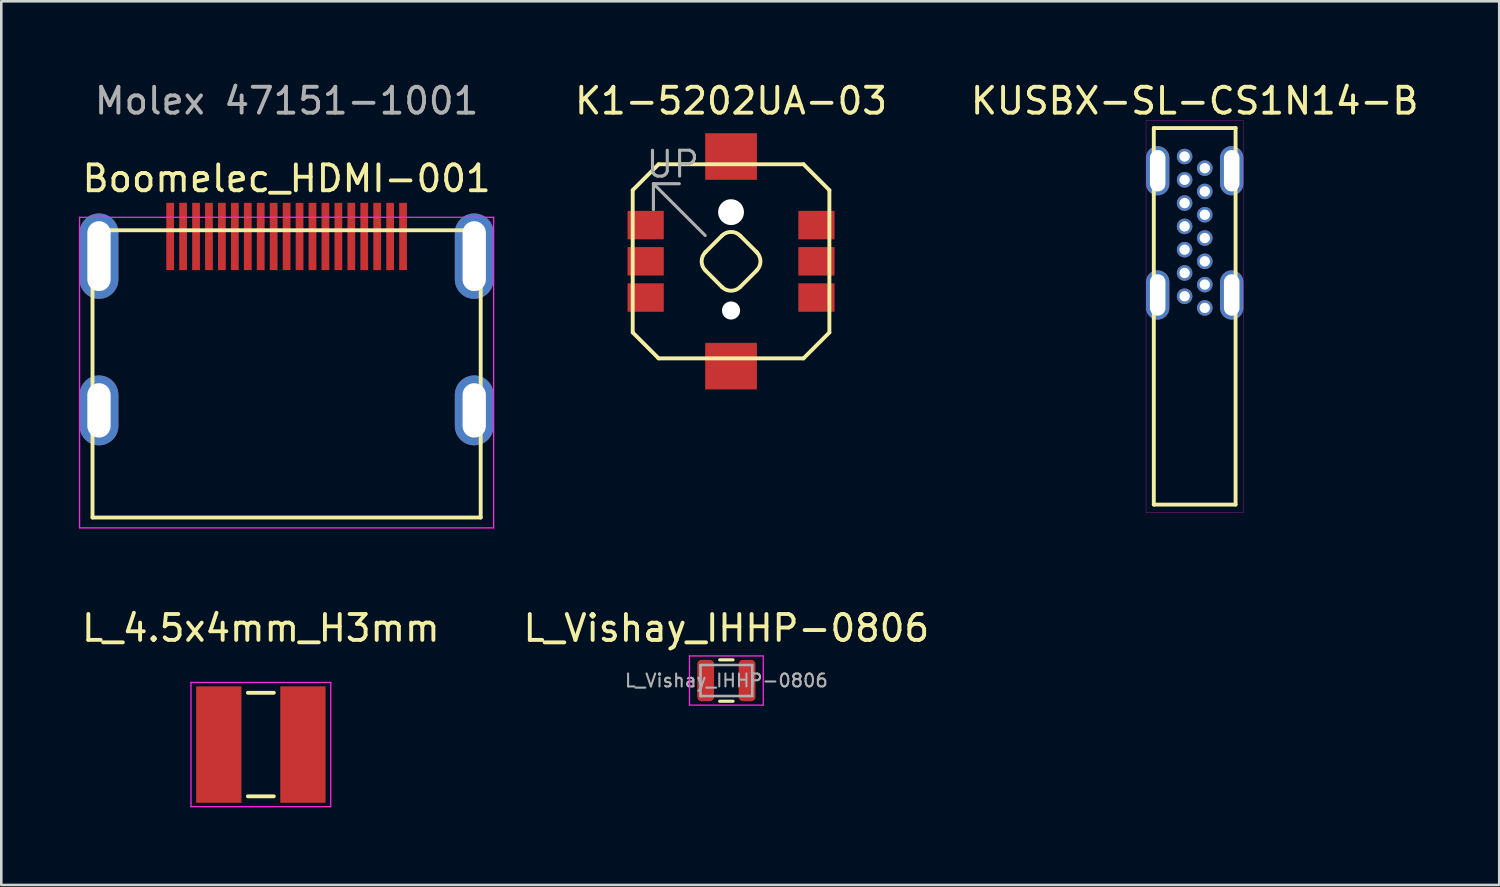
<source format=kicad_pcb>
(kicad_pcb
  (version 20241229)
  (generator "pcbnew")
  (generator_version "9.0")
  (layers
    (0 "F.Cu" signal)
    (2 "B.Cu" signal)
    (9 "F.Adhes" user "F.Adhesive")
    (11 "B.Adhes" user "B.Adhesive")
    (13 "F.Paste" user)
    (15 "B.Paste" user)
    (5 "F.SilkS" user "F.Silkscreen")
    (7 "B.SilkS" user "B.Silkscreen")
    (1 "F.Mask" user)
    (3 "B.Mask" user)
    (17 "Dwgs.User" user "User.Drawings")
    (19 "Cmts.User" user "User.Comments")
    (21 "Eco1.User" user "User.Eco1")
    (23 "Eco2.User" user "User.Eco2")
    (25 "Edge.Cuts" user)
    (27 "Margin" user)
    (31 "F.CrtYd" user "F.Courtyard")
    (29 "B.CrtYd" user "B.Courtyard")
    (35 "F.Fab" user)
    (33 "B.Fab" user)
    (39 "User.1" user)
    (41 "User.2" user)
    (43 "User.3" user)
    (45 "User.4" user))
  (footprint "L_Vishay_IHHP-0806"
    (layer "F.Cu")
    (at 25.018 23.247)
    (property "Reference" "L_Vishay_IHHP-0806" (at 0 -2.025 0) (layer "F.SilkS") (effects (font (size 1 1) (thickness 0.15))))
    (attr smd)
    (fp_line (start -0.259 -0.8) (end 0.259 -0.8) (stroke (width 0.12) (type solid)) (layer "F.SilkS"))
    (fp_line (start -0.259 0.8) (end 0.259 0.8) (stroke (width 0.12) (type solid)) (layer "F.SilkS"))
    (fp_line (start -1.425 -0.95) (end 1.425 -0.95) (stroke (width 0.05) (type solid)) (layer "F.CrtYd"))
    (fp_line (start -1.425 0.95) (end -1.425 -0.95) (stroke (width 0.05) (type solid)) (layer "F.CrtYd"))
    (fp_line (start 1.425 -0.95) (end 1.425 0.95) (stroke (width 0.05) (type solid)) (layer "F.CrtYd"))
    (fp_line (start 1.425 0.95) (end -1.425 0.95) (stroke (width 0.05) (type solid)) (layer "F.CrtYd"))
    (fp_line (start -1 -0.6) (end 1 -0.6) (stroke (width 0.1) (type solid)) (layer "F.Fab"))
    (fp_line (start -1 0.6) (end -1 -0.6) (stroke (width 0.1) (type solid)) (layer "F.Fab"))
    (fp_line (start 1 -0.6) (end 1 0.6) (stroke (width 0.1) (type solid)) (layer "F.Fab"))
    (fp_line (start 1 0.6) (end -1 0.6) (stroke (width 0.1) (type solid)) (layer "F.Fab"))
    (fp_text user "${REFERENCE}" (at 0 0 0) (layer "F.Fab") (effects (font (size 0.5 0.5) (thickness 0.08))))
    (pad "1" smd roundrect (at -0.8 0) (size 0.65 1.6) (layers "F.Cu" "F.Mask" "F.Paste") (roundrect_rratio 0.25))
    (pad "2" smd roundrect (at 0.8 0) (size 0.65 1.6) (layers "F.Cu" "F.Mask" "F.Paste") (roundrect_rratio 0.25)))
  (footprint "Boomelec_HDMI-001"
    (layer "F.Cu")
    (at 8.025 11.398)
    (property "Reference" "Boomelec_HDMI-001" (at 0 -7.55 0) (layer "F.SilkS") (effects (font (size 1 1) (thickness 0.15))))
    (attr through_hole)
    (fp_line (start -7.5 -5.55) (end -7.5 5.55) (stroke (width 0.15) (type solid)) (layer "F.SilkS"))
    (fp_line (start -7.5 -5.55) (end 7.5 -5.55) (stroke (width 0.15) (type solid)) (layer "F.SilkS"))
    (fp_line (start 7.5 -5.55) (end 7.5 5.55) (stroke (width 0.15) (type solid)) (layer "F.SilkS"))
    (fp_line (start 7.5 5.55) (end -7.5 5.55) (stroke (width 0.15) (type solid)) (layer "F.SilkS"))
    (fp_line (start -8 -6.05) (end 8 -6.05) (stroke (width 0.05) (type solid)) (layer "F.CrtYd"))
    (fp_line (start -8 5.95) (end -8 -6.05) (stroke (width 0.05) (type solid)) (layer "F.CrtYd"))
    (fp_line (start 8 -6.05) (end 8 5.95) (stroke (width 0.05) (type solid)) (layer "F.CrtYd"))
    (fp_line (start 8 5.95) (end -8 5.95) (stroke (width 0.05) (type solid)) (layer "F.CrtYd"))
    (fp_text user "Molex 47151-1001" (at 0 -10.55 0) (layer "F.Fab") (effects (font (size 1 1) (thickness 0.15))))
    (pad "1" smd rect (at 4.5 -5.31 180) (size 0.3 2.6) (layers "F.Cu" "F.Mask" "F.Paste"))
    (pad "2" smd rect (at 4 -5.31 180) (size 0.3 2.6) (layers "F.Cu" "F.Mask" "F.Paste"))
    (pad "3" smd rect (at 3.5 -5.31 180) (size 0.3 2.6) (layers "F.Cu" "F.Mask" "F.Paste"))
    (pad "4" smd rect (at 3 -5.31 180) (size 0.3 2.6) (layers "F.Cu" "F.Mask" "F.Paste"))
    (pad "5" smd rect (at 2.5 -5.31 180) (size 0.3 2.6) (layers "F.Cu" "F.Mask" "F.Paste"))
    (pad "6" smd rect (at 2 -5.31 180) (size 0.3 2.6) (layers "F.Cu" "F.Mask" "F.Paste"))
    (pad "7" smd rect (at 1.5 -5.31 180) (size 0.3 2.6) (layers "F.Cu" "F.Mask" "F.Paste"))
    (pad "8" smd rect (at 1 -5.31 180) (size 0.3 2.6) (layers "F.Cu" "F.Mask" "F.Paste"))
    (pad "9" smd rect (at 0.5 -5.31 180) (size 0.3 2.6) (layers "F.Cu" "F.Mask" "F.Paste"))
    (pad "10" smd rect (at 0 -5.31 180) (size 0.3 2.6) (layers "F.Cu" "F.Mask" "F.Paste"))
    (pad "11" smd rect (at -0.5 -5.31 180) (size 0.3 2.6) (layers "F.Cu" "F.Mask" "F.Paste"))
    (pad "12" smd rect (at -1 -5.31 180) (size 0.3 2.6) (layers "F.Cu" "F.Mask" "F.Paste"))
    (pad "13" smd rect (at -1.5 -5.31 180) (size 0.3 2.6) (layers "F.Cu" "F.Mask" "F.Paste"))
    (pad "14" smd rect (at -2 -5.31 180) (size 0.3 2.6) (layers "F.Cu" "F.Mask" "F.Paste"))
    (pad "15" smd rect (at -2.5 -5.31 180) (size 0.3 2.6) (layers "F.Cu" "F.Mask" "F.Paste"))
    (pad "16" smd rect (at -3 -5.31 180) (size 0.3 2.6) (layers "F.Cu" "F.Mask" "F.Paste"))
    (pad "17" smd rect (at -3.5 -5.31 180) (size 0.3 2.6) (layers "F.Cu" "F.Mask" "F.Paste"))
    (pad "18" smd rect (at -4 -5.31 180) (size 0.3 2.6) (layers "F.Cu" "F.Mask" "F.Paste"))
    (pad "19" smd rect (at -4.5 -5.31 180) (size 0.3 2.6) (layers "F.Cu" "F.Mask" "F.Paste"))
    (pad "SH" thru_hole oval (at -7.25 -4.55) (size 1.5 3.3) (drill oval 0.9 2.7) (layers "*.Cu" "*.Mask"))
    (pad "SH" thru_hole oval (at -7.25 1.41) (size 1.5 2.7) (drill oval 0.9 2.1) (layers "*.Cu" "*.Mask"))
    (pad "SH" thru_hole oval (at 7.25 -4.55) (size 1.5 3.3) (drill oval 0.9 2.7) (layers "*.Cu" "*.Mask"))
    (pad "SH" thru_hole oval (at 7.25 1.41) (size 1.5 2.7) (drill oval 0.9 2.1) (layers "*.Cu" "*.Mask")))
  (footprint "L_4.5x4mm_H3mm"
    (layer "F.Cu")
    (at 7.03 25.721)
    (property "Reference" "L_4.5x4mm_H3mm" (at 0 -4.5 0) (layer "F.SilkS") (effects (font (size 1 1) (thickness 0.15))))
    (attr through_hole)
    (fp_line (start -0.5 -2) (end 0.5 -2) (stroke (width 0.15) (type solid)) (layer "F.SilkS"))
    (fp_line (start 0.5 2) (end -0.5 2) (stroke (width 0.15) (type solid)) (layer "F.SilkS"))
    (fp_line (start -2.7 -2.4) (end 2.7 -2.4) (stroke (width 0.05) (type solid)) (layer "F.CrtYd"))
    (fp_line (start -2.7 2.4) (end -2.7 -2.4) (stroke (width 0.05) (type solid)) (layer "F.CrtYd"))
    (fp_line (start 2.7 -2.4) (end 2.7 2.4) (stroke (width 0.05) (type solid)) (layer "F.CrtYd"))
    (fp_line (start 2.7 2.4) (end -2.7 2.4) (stroke (width 0.05) (type solid)) (layer "F.CrtYd"))
    (pad "1" smd rect (at -1.625 0 90) (size 4.5 1.75) (layers "F.Cu" "F.Mask" "F.Paste"))
    (pad "2" smd rect (at 1.625 0 90) (size 4.5 1.75) (layers "F.Cu" "F.Mask" "F.Paste")))
  (footprint "KUSBX-SL-CS1N14-B"
    (layer "F.Cu")
    (at 43.115 8.848)
    (property "Reference" "KUSBX-SL-CS1N14-B" (at 0 -8 0) (layer "F.SilkS") (effects (font (size 1 1) (thickness 0.15))))
    (attr through_hole)
    (fp_line (start -1.58 -6.95) (end -1.58 7.6) (stroke (width 0.15) (type solid)) (layer "F.SilkS"))
    (fp_line (start -1.58 -6.95) (end 1.58 -6.95) (stroke (width 0.15) (type solid)) (layer "F.SilkS"))
    (fp_line (start -1.58 7.6) (end 1.58 7.6) (stroke (width 0.15) (type solid)) (layer "F.SilkS"))
    (fp_line (start 1.58 7.6) (end 1.58 -6.95) (stroke (width 0.15) (type solid)) (layer "F.SilkS"))
    (fp_line (start -1.88 -7.25) (end -1.88 7.9) (stroke (width 0.01) (type solid)) (layer "F.CrtYd"))
    (fp_line (start -1.88 -7.25) (end 1.88 -7.25) (stroke (width 0.01) (type solid)) (layer "F.CrtYd"))
    (fp_line (start -1.88 7.9) (end 1.88 7.9) (stroke (width 0.01) (type solid)) (layer "F.CrtYd"))
    (fp_line (start 1.88 7.9) (end 1.88 -7.25) (stroke (width 0.01) (type solid)) (layer "F.CrtYd"))
    (pad "A1" thru_hole circle (at -0.39 -0.45) (size 0.6 0.6) (drill 0.4) (layers "*.Cu" "*.Mask"))
    (pad "A4" thru_hole circle (at -0.39 -1.35) (size 0.6 0.6) (drill 0.4) (layers "*.Cu" "*.Mask"))
    (pad "A5" thru_hole circle (at -0.39 -2.25) (size 0.6 0.6) (drill 0.4) (layers "*.Cu" "*.Mask"))
    (pad "A6" thru_hole circle (at -0.39 -3.15) (size 0.6 0.6) (drill 0.4) (layers "*.Cu" "*.Mask"))
    (pad "A7" thru_hole circle (at -0.39 -4.05) (size 0.6 0.6) (drill 0.4) (layers "*.Cu" "*.Mask"))
    (pad "A9" thru_hole circle (at -0.39 -4.95) (size 0.6 0.6) (drill 0.4) (layers "*.Cu" "*.Mask"))
    (pad "A12" thru_hole circle (at -0.39 -5.85) (size 0.6 0.6) (drill 0.4) (layers "*.Cu" "*.Mask"))
    (pad "B1" thru_hole circle (at 0.39 -5.4) (size 0.6 0.6) (drill 0.4) (layers "*.Cu" "*.Mask"))
    (pad "B4" thru_hole circle (at 0.39 -4.5) (size 0.6 0.6) (drill 0.4) (layers "*.Cu" "*.Mask"))
    (pad "B5" thru_hole circle (at 0.39 -3.6) (size 0.6 0.6) (drill 0.4) (layers "*.Cu" "*.Mask"))
    (pad "B6" thru_hole circle (at 0.39 -2.7) (size 0.6 0.6) (drill 0.4) (layers "*.Cu" "*.Mask"))
    (pad "B7" thru_hole circle (at 0.39 -1.8) (size 0.6 0.6) (drill 0.4) (layers "*.Cu" "*.Mask"))
    (pad "B9" thru_hole circle (at 0.39 -0.9) (size 0.6 0.6) (drill 0.4) (layers "*.Cu" "*.Mask"))
    (pad "B12" thru_hole circle (at 0.39 0) (size 0.6 0.6) (drill 0.4) (layers "*.Cu" "*.Mask"))
    (pad "SH" thru_hole oval (at -1.43 -5.3) (size 0.9 1.9) (drill oval 0.6 1.6) (layers "*.Cu" "*.Mask"))
    (pad "SH" thru_hole oval (at -1.43 -0.5) (size 0.9 1.9) (drill oval 0.6 1.6) (layers "*.Cu" "*.Mask"))
    (pad "SH" thru_hole oval (at 1.43 -5.3) (size 0.9 1.9) (drill oval 0.6 1.6) (layers "*.Cu" "*.Mask"))
    (pad "SH" thru_hole oval (at 1.43 -0.5) (size 0.9 1.9) (drill oval 0.6 1.6) (layers "*.Cu" "*.Mask")))
  (footprint "K1-5202UA-03"
    (layer "F.Cu")
    (at 25.199 7.048)
    (property "Reference" "K1-5202UA-03" (at 0 -6.2 0) (layer "F.SilkS") (effects (font (size 1 1) (thickness 0.15))))
    (attr through_hole)
    (fp_line (start -3.8 -2.75) (end -2.8 -3.75) (stroke (width 0.15) (type solid)) (layer "F.SilkS"))
    (fp_line (start -3.8 2.75) (end -3.8 -2.75) (stroke (width 0.15) (type solid)) (layer "F.SilkS"))
    (fp_line (start -3.8 2.75) (end -2.8 3.75) (stroke (width 0.15) (type solid)) (layer "F.SilkS"))
    (fp_line (start -2.8 -3.75) (end 2.8 -3.75) (stroke (width 0.15) (type solid)) (layer "F.SilkS"))
    (fp_line (start -0.99 -0.354) (end -0.354 -0.99) (stroke (width 0.15) (type solid)) (layer "F.SilkS"))
    (fp_line (start -0.354 0.99) (end -0.99 0.354) (stroke (width 0.15) (type solid)) (layer "F.SilkS"))
    (fp_line (start 0.354 -0.99) (end 0.99 -0.354) (stroke (width 0.15) (type solid)) (layer "F.SilkS"))
    (fp_line (start 0.99 0.354) (end 0.354 0.99) (stroke (width 0.15) (type solid)) (layer "F.SilkS"))
    (fp_line (start 2.8 -3.75) (end 3.8 -2.75) (stroke (width 0.15) (type solid)) (layer "F.SilkS"))
    (fp_line (start 2.8 3.75) (end -2.8 3.75) (stroke (width 0.15) (type solid)) (layer "F.SilkS"))
    (fp_line (start 2.8 3.75) (end 3.8 2.75) (stroke (width 0.15) (type solid)) (layer "F.SilkS"))
    (fp_line (start 3.8 -2.75) (end 3.8 2.75) (stroke (width 0.15) (type solid)) (layer "F.SilkS"))
    (fp_arc (start -0.989949 0.353553) (mid -1.136395 0) (end -0.989949 -0.353553) (stroke (width 0.15) (type solid)) (layer "F.SilkS"))
    (fp_arc (start -0.353553 -0.989949) (mid 0 -1.136395) (end 0.353553 -0.989949) (stroke (width 0.15) (type solid)) (layer "F.SilkS"))
    (fp_arc (start 0.353553 0.989949) (mid 0 1.136395) (end -0.353553 0.989949) (stroke (width 0.15) (type solid)) (layer "F.SilkS"))
    (fp_arc (start 0.989949 -0.353553) (mid 1.136395 0) (end 0.989949 0.353553) (stroke (width 0.15) (type solid)) (layer "F.SilkS"))
    (fp_line (start -3 -3) (end -3 -2) (stroke (width 0.12) (type solid)) (layer "F.Fab"))
    (fp_line (start -3 -3) (end -2 -3) (stroke (width 0.12) (type solid)) (layer "F.Fab"))
    (fp_line (start -1 -1) (end -3 -3) (stroke (width 0.12) (type solid)) (layer "F.Fab"))
    (fp_text user "UP" (at -2.25 -3.75 0) (layer "F.Fab") (effects (font (size 1 1) (thickness 0.12))))
    (pad "" np_thru_hole circle (at 0 -1.9) (size 1 1) (drill 1) (layers "*.Cu" "*.Mask"))
    (pad "" np_thru_hole circle (at 0 1.9) (size 0.7 0.7) (drill 0.7) (layers "*.Cu" "*.Mask"))
    (pad "1" smd rect (at 3.3 -1.4) (size 1.4 1.1) (layers "F.Cu" "F.Mask" "F.Paste"))
    (pad "2" smd rect (at 3.3 0) (size 1.4 1.1) (layers "F.Cu" "F.Mask" "F.Paste"))
    (pad "3" smd rect (at 3.3 1.4) (size 1.4 1.1) (layers "F.Cu" "F.Mask" "F.Paste"))
    (pad "4" smd rect (at -3.3 -1.4) (size 1.4 1.1) (layers "F.Cu" "F.Mask" "F.Paste"))
    (pad "5" smd rect (at -3.3 0) (size 1.4 1.1) (layers "F.Cu" "F.Mask" "F.Paste"))
    (pad "6" smd rect (at -3.3 1.4) (size 1.4 1.1) (layers "F.Cu" "F.Mask" "F.Paste"))
    (pad "~" smd rect (at 0 -4.05) (size 2 1.8) (layers "F.Cu" "F.Mask" "F.Paste"))
    (pad "~" smd rect (at 0 4.05) (size 2 1.8) (layers "F.Cu" "F.Mask" "F.Paste")))
  (gr_rect
    (start -3 -3)
    (end 54.883 31.146)
    (stroke (width 0.1) (type default))
    (fill no)
    (layer "Edge.Cuts")))
</source>
